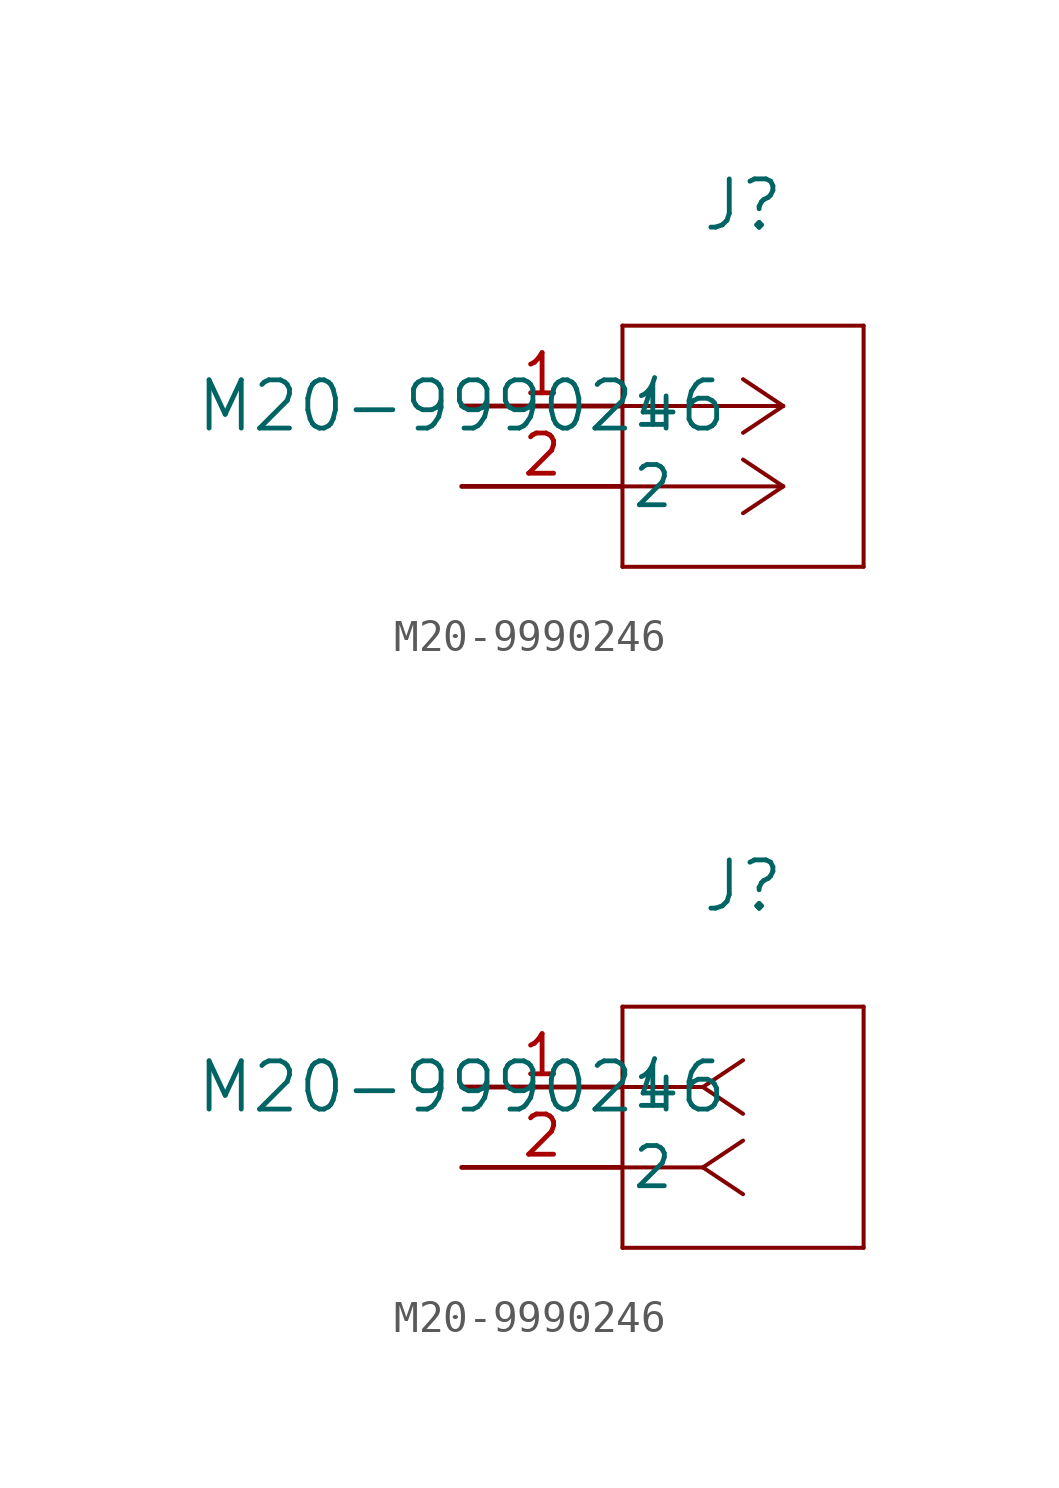
<source format=kicad_sym>
(kicad_symbol_lib
  (version 20211014)
  (generator kicad_symbol_editor)
  (symbol "M20-9990246"
    (pin_names
      (offset 0.254))
    (property "Reference" "J"
      (at 8.89 6.35 0)
      (effects (font (size 1.524 1.524))))
    (property "Value" "M20-9990246"
      (at 0 0 0)
      (effects (font (size 1.524 1.524))))
    (symbol "M20-9990246_1_1"
      (polyline (pts (xy 10.16 0) (xy 5.08 0)) (stroke (width 0.127) (type default) (color 0 0 0 0)) (fill (type none)))
      (polyline (pts (xy 10.16 -2.54) (xy 5.08 -2.54)) (stroke (width 0.127) (type default) (color 0 0 0 0)) (fill (type none)))
      (polyline (pts (xy 10.16 0) (xy 8.89 0.847)) (stroke (width 0.127) (type default) (color 0 0 0 0)) (fill (type none)))
      (polyline (pts (xy 10.16 -2.54) (xy 8.89 -1.693)) (stroke (width 0.127) (type default) (color 0 0 0 0)) (fill (type none)))
      (polyline (pts (xy 10.16 0) (xy 8.89 -0.847)) (stroke (width 0.127) (type default) (color 0 0 0 0)) (fill (type none)))
      (polyline (pts (xy 10.16 -2.54) (xy 8.89 -3.387)) (stroke (width 0.127) (type default) (color 0 0 0 0)) (fill (type none)))
      (polyline (pts (xy 5.08 2.54) (xy 5.08 -5.08)) (stroke (width 0.127) (type default) (color 0 0 0 0)) (fill (type none)))
      (polyline (pts (xy 5.08 -5.08) (xy 12.7 -5.08)) (stroke (width 0.127) (type default) (color 0 0 0 0)) (fill (type none)))
      (polyline (pts (xy 12.7 -5.08) (xy 12.7 2.54)) (stroke (width 0.127) (type default) (color 0 0 0 0)) (fill (type none)))
      (polyline (pts (xy 12.7 2.54) (xy 5.08 2.54)) (stroke (width 0.127) (type default) (color 0 0 0 0)) (fill (type none)))
      (pin unspecified line (at 0 0 0) (length 5.08) (name "1" (effects (font (size 1.27 1.27)))) (number "1" (effects (font (size 1.27 1.27)))))
      (pin unspecified line (at 0 -2.54 0) (length 5.08) (name "2" (effects (font (size 1.27 1.27)))) (number "2" (effects (font (size 1.27 1.27))))))
    (symbol "M20-9990246_1_2"
      (polyline (pts (xy 7.62 0) (xy 5.08 0)) (stroke (width 0.127) (type default) (color 0 0 0 0)) (fill (type none)))
      (polyline (pts (xy 7.62 -2.54) (xy 5.08 -2.54)) (stroke (width 0.127) (type default) (color 0 0 0 0)) (fill (type none)))
      (polyline (pts (xy 7.62 0) (xy 8.89 0.847)) (stroke (width 0.127) (type default) (color 0 0 0 0)) (fill (type none)))
      (polyline (pts (xy 7.62 -2.54) (xy 8.89 -1.693)) (stroke (width 0.127) (type default) (color 0 0 0 0)) (fill (type none)))
      (polyline (pts (xy 7.62 0) (xy 8.89 -0.847)) (stroke (width 0.127) (type default) (color 0 0 0 0)) (fill (type none)))
      (polyline (pts (xy 7.62 -2.54) (xy 8.89 -3.387)) (stroke (width 0.127) (type default) (color 0 0 0 0)) (fill (type none)))
      (polyline (pts (xy 5.08 2.54) (xy 5.08 -5.08)) (stroke (width 0.127) (type default) (color 0 0 0 0)) (fill (type none)))
      (polyline (pts (xy 5.08 -5.08) (xy 12.7 -5.08)) (stroke (width 0.127) (type default) (color 0 0 0 0)) (fill (type none)))
      (polyline (pts (xy 12.7 -5.08) (xy 12.7 2.54)) (stroke (width 0.127) (type default) (color 0 0 0 0)) (fill (type none)))
      (polyline (pts (xy 12.7 2.54) (xy 5.08 2.54)) (stroke (width 0.127) (type default) (color 0 0 0 0)) (fill (type none)))
      (pin unspecified line (at 0 0 0) (length 5.08) (name "1" (effects (font (size 1.27 1.27)))) (number "1" (effects (font (size 1.27 1.27)))))
      (pin unspecified line (at 0 -2.54 0) (length 5.08) (name "2" (effects (font (size 1.27 1.27)))) (number "2" (effects (font (size 1.27 1.27))))))))
</source>
